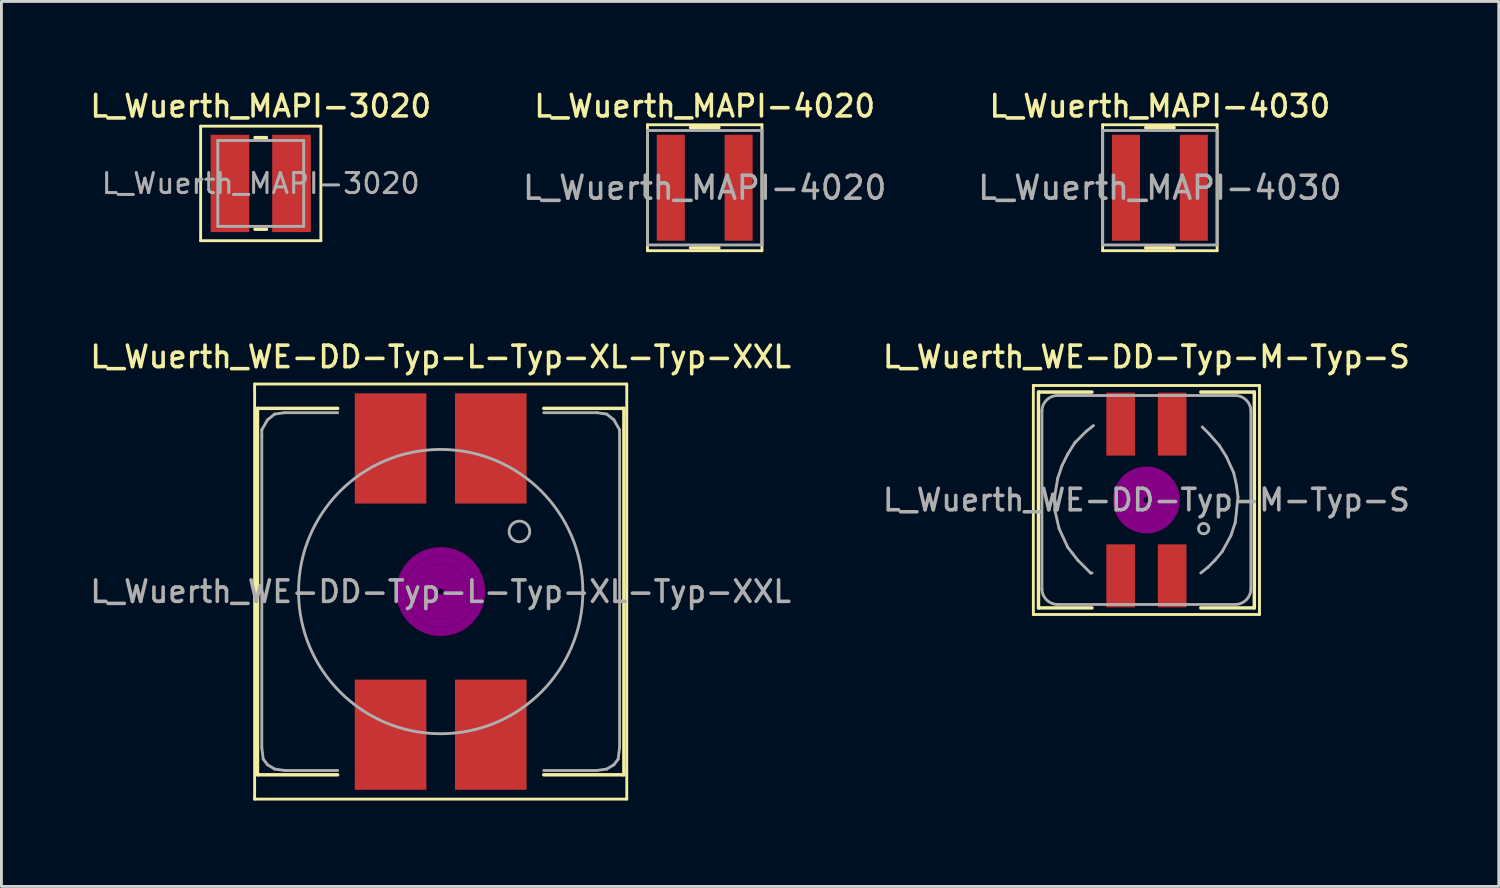
<source format=kicad_pcb>
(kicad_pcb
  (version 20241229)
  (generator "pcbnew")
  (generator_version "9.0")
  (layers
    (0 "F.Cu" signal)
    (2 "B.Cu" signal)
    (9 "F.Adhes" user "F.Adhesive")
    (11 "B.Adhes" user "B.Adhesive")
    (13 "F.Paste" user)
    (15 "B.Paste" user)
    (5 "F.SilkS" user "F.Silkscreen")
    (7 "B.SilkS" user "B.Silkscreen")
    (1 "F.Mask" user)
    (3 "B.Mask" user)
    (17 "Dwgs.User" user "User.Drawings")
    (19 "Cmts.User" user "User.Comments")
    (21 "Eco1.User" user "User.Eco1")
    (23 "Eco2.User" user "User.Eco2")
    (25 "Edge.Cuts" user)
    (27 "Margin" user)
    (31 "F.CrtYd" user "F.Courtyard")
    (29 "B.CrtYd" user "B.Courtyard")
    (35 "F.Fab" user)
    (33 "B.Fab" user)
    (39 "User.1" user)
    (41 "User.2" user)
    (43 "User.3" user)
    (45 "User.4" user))
  (footprint "L_Wuerth_WE-DD-Typ-L-Typ-XL-Typ-XXL"
    (layer "F.Cu")
    (at 12.345 17.616)
    (property "Reference" "L_Wuerth_WE-DD-Typ-L-Typ-XL-Typ-XXL" (at 0 -8.2 0) (layer "F.SilkS") (effects (font (size 0.75 0.75) (thickness 0.125))))
    (attr smd)
    (fp_line (start -6.5 -7.25) (end 6.5 -7.25) (stroke (width 0.1) (type solid)) (layer "F.SilkS"))
    (fp_line (start -6.5 7.25) (end -6.5 -7.25) (stroke (width 0.1) (type solid)) (layer "F.SilkS"))
    (fp_line (start -6.4 -6.4) (end -3.6 -6.4) (stroke (width 0.12) (type solid)) (layer "F.SilkS"))
    (fp_line (start -6.4 6.4) (end -6.4 -6.4) (stroke (width 0.12) (type solid)) (layer "F.SilkS"))
    (fp_line (start -3.6 6.4) (end -6.4 6.4) (stroke (width 0.12) (type solid)) (layer "F.SilkS"))
    (fp_line (start 3.6 -6.4) (end 6.4 -6.4) (stroke (width 0.12) (type solid)) (layer "F.SilkS"))
    (fp_line (start 6.4 -6.4) (end 6.4 6.4) (stroke (width 0.12) (type solid)) (layer "F.SilkS"))
    (fp_line (start 6.4 6.4) (end 3.6 6.4) (stroke (width 0.12) (type solid)) (layer "F.SilkS"))
    (fp_line (start 6.5 -7.25) (end 6.5 7.25) (stroke (width 0.1) (type solid)) (layer "F.SilkS"))
    (fp_line (start 6.5 7.25) (end -6.5 7.25) (stroke (width 0.1) (type solid)) (layer "F.SilkS"))
    (fp_circle (center 0 0) (end 0.1 0) (stroke (width 0.3) (type solid)) (fill no) (layer "F.Adhes"))
    (fp_circle (center 0 0) (end 0.3 0.1) (stroke (width 0.3) (type solid)) (fill no) (layer "F.Adhes"))
    (fp_circle (center 0 0) (end 0.6 0) (stroke (width 0.3) (type solid)) (fill no) (layer "F.Adhes"))
    (fp_circle (center 0 0) (end 0.8 -0.1) (stroke (width 0.3) (type solid)) (fill no) (layer "F.Adhes"))
    (fp_circle (center 0 0) (end 1.1 -0.1) (stroke (width 0.3) (type solid)) (fill no) (layer "F.Adhes"))
    (fp_circle (center 0 0) (end 1.4 -0.1) (stroke (width 0.3) (type solid)) (fill no) (layer "F.Adhes"))
    (fp_line (start -6.25 -5.65) (end -6.25 -5.45) (stroke (width 0.1) (type solid)) (layer "F.Fab"))
    (fp_line (start -6.25 -5.45) (end -6.25 5.45) (stroke (width 0.1) (type solid)) (layer "F.Fab"))
    (fp_line (start -6.2 5.85) (end -6.25 5.45) (stroke (width 0.1) (type solid)) (layer "F.Fab"))
    (fp_line (start -6.05 -6) (end -6.25 -5.65) (stroke (width 0.1) (type solid)) (layer "F.Fab"))
    (fp_line (start -6.05 6.05) (end -6.2 5.85) (stroke (width 0.1) (type solid)) (layer "F.Fab"))
    (fp_line (start -5.8 -6.2) (end -6.05 -6) (stroke (width 0.1) (type solid)) (layer "F.Fab"))
    (fp_line (start -5.8 6.2) (end -6.05 6.05) (stroke (width 0.1) (type solid)) (layer "F.Fab"))
    (fp_line (start -5.45 -6.25) (end -5.8 -6.2) (stroke (width 0.1) (type solid)) (layer "F.Fab"))
    (fp_line (start -5.45 6.25) (end -5.8 6.2) (stroke (width 0.1) (type solid)) (layer "F.Fab"))
    (fp_line (start -3.6 -6.25) (end -5.45 -6.25) (stroke (width 0.1) (type solid)) (layer "F.Fab"))
    (fp_line (start -3.6 6.25) (end -5.45 6.25) (stroke (width 0.1) (type solid)) (layer "F.Fab"))
    (fp_line (start 3.6 -6.25) (end 5.45 -6.25) (stroke (width 0.1) (type solid)) (layer "F.Fab"))
    (fp_line (start 3.6 6.25) (end 5.45 6.25) (stroke (width 0.1) (type solid)) (layer "F.Fab"))
    (fp_line (start 5.45 -6.25) (end 5.8 -6.2) (stroke (width 0.1) (type solid)) (layer "F.Fab"))
    (fp_line (start 5.45 6.25) (end 5.8 6.2) (stroke (width 0.1) (type solid)) (layer "F.Fab"))
    (fp_line (start 5.8 -6.2) (end 6.05 -6) (stroke (width 0.1) (type solid)) (layer "F.Fab"))
    (fp_line (start 5.8 6.2) (end 6.05 6.05) (stroke (width 0.1) (type solid)) (layer "F.Fab"))
    (fp_line (start 6.05 -6) (end 6.25 -5.65) (stroke (width 0.1) (type solid)) (layer "F.Fab"))
    (fp_line (start 6.05 6.05) (end 6.2 5.85) (stroke (width 0.1) (type solid)) (layer "F.Fab"))
    (fp_line (start 6.2 5.85) (end 6.25 5.45) (stroke (width 0.1) (type solid)) (layer "F.Fab"))
    (fp_line (start 6.25 -5.65) (end 6.25 -5.45) (stroke (width 0.1) (type solid)) (layer "F.Fab"))
    (fp_line (start 6.25 -5.45) (end 6.25 5.45) (stroke (width 0.1) (type solid)) (layer "F.Fab"))
    (fp_circle (center 0 0) (end 2.1 4.5) (stroke (width 0.1) (type solid)) (fill no) (layer "F.Fab"))
    (fp_circle (center 2.75 -2.1) (end 3.05 -1.9) (stroke (width 0.1) (type solid)) (fill no) (layer "F.Fab"))
    (fp_text user "${REFERENCE}" (at 0 0 0) (layer "F.Fab") (effects (font (size 0.75 0.75) (thickness 0.125))))
    (pad "1" smd rect (at -1.75 -5) (size 2.5 3.85) (layers "F.Cu" "F.Mask" "F.Paste"))
    (pad "2" smd rect (at 1.75 -5) (size 2.5 3.85) (layers "F.Cu" "F.Mask" "F.Paste"))
    (pad "3" smd rect (at 1.75 5) (size 2.5 3.85) (layers "F.Cu" "F.Mask" "F.Paste"))
    (pad "4" smd rect (at -1.75 5) (size 2.5 3.85) (layers "F.Cu" "F.Mask" "F.Paste")))
  (footprint "L_Wuerth_MAPI-4030"
    (layer "F.Cu")
    (at 37.469 3.508)
    (property "Reference" "L_Wuerth_MAPI-4030" (at 0 -2.85 0) (layer "F.SilkS") (effects (font (size 0.75 0.75) (thickness 0.125))))
    (attr smd)
    (fp_line (start -2 -2.2) (end -2 2.2) (stroke (width 0.1) (type solid)) (layer "F.SilkS"))
    (fp_line (start -2 2.2) (end 2 2.2) (stroke (width 0.1) (type solid)) (layer "F.SilkS"))
    (fp_line (start -0.495 -2.1) (end 0.495 -2.1) (stroke (width 0.12) (type solid)) (layer "F.SilkS"))
    (fp_line (start -0.495 2.1) (end 0.495 2.1) (stroke (width 0.12) (type solid)) (layer "F.SilkS"))
    (fp_line (start 2 -2.2) (end -2 -2.2) (stroke (width 0.1) (type solid)) (layer "F.SilkS"))
    (fp_line (start 2 2.2) (end 2 -2.2) (stroke (width 0.1) (type solid)) (layer "F.SilkS"))
    (fp_line (start -2 -2) (end -2 2) (stroke (width 0.1) (type solid)) (layer "F.Fab"))
    (fp_line (start -2 2) (end 2 2) (stroke (width 0.1) (type solid)) (layer "F.Fab"))
    (fp_line (start 2 -2) (end -2 -2) (stroke (width 0.1) (type solid)) (layer "F.Fab"))
    (fp_line (start 2 2) (end 2 -2) (stroke (width 0.1) (type solid)) (layer "F.Fab"))
    (fp_text user "${REFERENCE}" (at 0 0 0) (layer "F.Fab") (effects (font (size 0.8 0.8) (thickness 0.125))))
    (pad "1" smd rect (at -1.185 0) (size 0.98 3.7) (layers "F.Cu" "F.Mask" "F.Paste"))
    (pad "2" smd rect (at 1.185 0) (size 0.98 3.7) (layers "F.Cu" "F.Mask" "F.Paste")))
  (footprint "L_Wuerth_MAPI-3020"
    (layer "F.Cu")
    (at 6.059 3.358)
    (property "Reference" "L_Wuerth_MAPI-3020" (at 0 -2.7 0) (layer "F.SilkS") (effects (font (size 0.75 0.75) (thickness 0.125))))
    (attr smd)
    (fp_line (start -2.1 -2) (end -2.1 2) (stroke (width 0.1) (type solid)) (layer "F.SilkS"))
    (fp_line (start -2.1 2) (end 2.1 2) (stroke (width 0.1) (type solid)) (layer "F.SilkS"))
    (fp_line (start -0.2 -1.6) (end 0.2 -1.6) (stroke (width 0.12) (type solid)) (layer "F.SilkS"))
    (fp_line (start -0.2 1.6) (end 0.2 1.6) (stroke (width 0.12) (type solid)) (layer "F.SilkS"))
    (fp_line (start 2.1 -2) (end -2.1 -2) (stroke (width 0.1) (type solid)) (layer "F.SilkS"))
    (fp_line (start 2.1 2) (end 2.1 -2) (stroke (width 0.1) (type solid)) (layer "F.SilkS"))
    (fp_line (start -1.5 -1.5) (end -1.5 1.5) (stroke (width 0.1) (type solid)) (layer "F.Fab"))
    (fp_line (start -1.5 1.5) (end 1.5 1.5) (stroke (width 0.1) (type solid)) (layer "F.Fab"))
    (fp_line (start 1.5 -1.5) (end -1.5 -1.5) (stroke (width 0.1) (type solid)) (layer "F.Fab"))
    (fp_line (start 1.5 1.5) (end 1.5 -1.5) (stroke (width 0.1) (type solid)) (layer "F.Fab"))
    (fp_text user "${REFERENCE}" (at 0 0 0) (layer "F.Fab") (effects (font (size 0.7 0.7) (thickness 0.105))))
    (pad "1" smd rect (at -1.075 0) (size 1.35 3.4) (layers "F.Cu" "F.Mask" "F.Paste"))
    (pad "2" smd rect (at 1.075 0) (size 1.35 3.4) (layers "F.Cu" "F.Mask" "F.Paste")))
  (footprint "L_Wuerth_MAPI-4020"
    (layer "F.Cu")
    (at 21.568 3.508)
    (property "Reference" "L_Wuerth_MAPI-4020" (at 0 -2.85 0) (layer "F.SilkS") (effects (font (size 0.75 0.75) (thickness 0.125))))
    (attr smd)
    (fp_line (start -2 -2.2) (end -2 2.2) (stroke (width 0.1) (type solid)) (layer "F.SilkS"))
    (fp_line (start -2 2.2) (end 2 2.2) (stroke (width 0.1) (type solid)) (layer "F.SilkS"))
    (fp_line (start -0.495 -2.1) (end 0.495 -2.1) (stroke (width 0.12) (type solid)) (layer "F.SilkS"))
    (fp_line (start -0.495 2.1) (end 0.495 2.1) (stroke (width 0.12) (type solid)) (layer "F.SilkS"))
    (fp_line (start 2 -2.2) (end -2 -2.2) (stroke (width 0.1) (type solid)) (layer "F.SilkS"))
    (fp_line (start 2 2.2) (end 2 -2.2) (stroke (width 0.1) (type solid)) (layer "F.SilkS"))
    (fp_line (start -2 -2) (end -2 2) (stroke (width 0.1) (type solid)) (layer "F.Fab"))
    (fp_line (start -2 2) (end 2 2) (stroke (width 0.1) (type solid)) (layer "F.Fab"))
    (fp_line (start 2 -2) (end -2 -2) (stroke (width 0.1) (type solid)) (layer "F.Fab"))
    (fp_line (start 2 2) (end 2 -2) (stroke (width 0.1) (type solid)) (layer "F.Fab"))
    (fp_text user "${REFERENCE}" (at 0 0 0) (layer "F.Fab") (effects (font (size 0.8 0.8) (thickness 0.125))))
    (pad "1" smd rect (at -1.185 0) (size 0.98 3.7) (layers "F.Cu" "F.Mask" "F.Paste"))
    (pad "2" smd rect (at 1.185 0) (size 0.98 3.7) (layers "F.Cu" "F.Mask" "F.Paste")))
  (footprint "L_Wuerth_WE-DD-Typ-M-Typ-S"
    (layer "F.Cu")
    (at 36.998 14.416)
    (property "Reference" "L_Wuerth_WE-DD-Typ-M-Typ-S" (at 0 -5 0) (layer "F.SilkS") (effects (font (size 0.75 0.75) (thickness 0.125))))
    (attr smd)
    (fp_line (start -3.95 -4) (end 3.95 -4) (stroke (width 0.1) (type solid)) (layer "F.SilkS"))
    (fp_line (start -3.95 4) (end -3.95 -4) (stroke (width 0.1) (type solid)) (layer "F.SilkS"))
    (fp_line (start -3.77 -3.77) (end -1.9 -3.77) (stroke (width 0.12) (type solid)) (layer "F.SilkS"))
    (fp_line (start -3.77 3.77) (end -3.77 -3.77) (stroke (width 0.12) (type solid)) (layer "F.SilkS"))
    (fp_line (start -1.9 3.77) (end -3.77 3.77) (stroke (width 0.12) (type solid)) (layer "F.SilkS"))
    (fp_line (start 1.9 -3.77) (end 3.77 -3.77) (stroke (width 0.12) (type solid)) (layer "F.SilkS"))
    (fp_line (start 3.77 -3.77) (end 3.77 3.77) (stroke (width 0.12) (type solid)) (layer "F.SilkS"))
    (fp_line (start 3.77 3.77) (end 1.9 3.77) (stroke (width 0.12) (type solid)) (layer "F.SilkS"))
    (fp_line (start 3.95 -4) (end 3.95 4) (stroke (width 0.1) (type solid)) (layer "F.SilkS"))
    (fp_line (start 3.95 4) (end -3.95 4) (stroke (width 0.1) (type solid)) (layer "F.SilkS"))
    (fp_circle (center 0 0) (end 0.1 0) (stroke (width 0.3) (type solid)) (fill no) (layer "F.Adhes"))
    (fp_circle (center 0 0) (end 0.3 -0.1) (stroke (width 0.3) (type solid)) (fill no) (layer "F.Adhes"))
    (fp_circle (center 0 0) (end 0.6 0) (stroke (width 0.3) (type solid)) (fill no) (layer "F.Adhes"))
    (fp_circle (center 0 0) (end 0.8 -0.1) (stroke (width 0.3) (type solid)) (fill no) (layer "F.Adhes"))
    (fp_circle (center 0 0) (end 1 -0.2) (stroke (width 0.3) (type solid)) (fill no) (layer "F.Adhes"))
    (fp_circle (center 0.8 0) (end 0.8 0) (stroke (width 0.3) (type solid)) (fill no) (layer "F.Adhes"))
    (fp_line (start -3.65 -3.1) (end -3.65 3.1) (stroke (width 0.1) (type solid)) (layer "F.Fab"))
    (fp_line (start -3.2 -0.15) (end -3.2 0.35) (stroke (width 0.1) (type solid)) (layer "F.Fab"))
    (fp_line (start -3.2 0.35) (end -3.05 1) (stroke (width 0.1) (type solid)) (layer "F.Fab"))
    (fp_line (start -3.1 -0.75) (end -3.2 -0.15) (stroke (width 0.1) (type solid)) (layer "F.Fab"))
    (fp_line (start -3.1 3.65) (end 3.1 3.65) (stroke (width 0.1) (type solid)) (layer "F.Fab"))
    (fp_line (start -3.05 1) (end -2.75 1.65) (stroke (width 0.1) (type solid)) (layer "F.Fab"))
    (fp_line (start -2.95 -1.2) (end -3.1 -0.75) (stroke (width 0.1) (type solid)) (layer "F.Fab"))
    (fp_line (start -2.75 -1.6) (end -2.95 -1.2) (stroke (width 0.1) (type solid)) (layer "F.Fab"))
    (fp_line (start -2.75 1.65) (end -2.4 2.1) (stroke (width 0.1) (type solid)) (layer "F.Fab"))
    (fp_line (start -2.5 -2) (end -2.75 -1.6) (stroke (width 0.1) (type solid)) (layer "F.Fab"))
    (fp_line (start -2.4 2.1) (end -1.95 2.55) (stroke (width 0.1) (type solid)) (layer "F.Fab"))
    (fp_line (start -2.1 -2.4) (end -2.5 -2) (stroke (width 0.1) (type solid)) (layer "F.Fab"))
    (fp_line (start -1.95 2.55) (end -1.9 2.55) (stroke (width 0.1) (type solid)) (layer "F.Fab"))
    (fp_line (start -1.85 -2.6) (end -2.1 -2.4) (stroke (width 0.1) (type solid)) (layer "F.Fab"))
    (fp_line (start 1.95 -2.55) (end 2.2 -2.3) (stroke (width 0.1) (type solid)) (layer "F.Fab"))
    (fp_line (start 2.15 2.35) (end 1.9 2.55) (stroke (width 0.1) (type solid)) (layer "F.Fab"))
    (fp_line (start 2.2 -2.3) (end 2.55 -1.9) (stroke (width 0.1) (type solid)) (layer "F.Fab"))
    (fp_line (start 2.4 2.1) (end 2.15 2.35) (stroke (width 0.1) (type solid)) (layer "F.Fab"))
    (fp_line (start 2.55 -1.9) (end 2.8 -1.5) (stroke (width 0.1) (type solid)) (layer "F.Fab"))
    (fp_line (start 2.65 1.8) (end 2.4 2.1) (stroke (width 0.1) (type solid)) (layer "F.Fab"))
    (fp_line (start 2.8 -1.5) (end 3.05 -0.95) (stroke (width 0.1) (type solid)) (layer "F.Fab"))
    (fp_line (start 2.95 1.25) (end 2.65 1.8) (stroke (width 0.1) (type solid)) (layer "F.Fab"))
    (fp_line (start 3.05 -0.95) (end 3.15 -0.5) (stroke (width 0.1) (type solid)) (layer "F.Fab"))
    (fp_line (start 3.1 -3.65) (end -3.1 -3.65) (stroke (width 0.1) (type solid)) (layer "F.Fab"))
    (fp_line (start 3.1 0.8) (end 2.95 1.25) (stroke (width 0.1) (type solid)) (layer "F.Fab"))
    (fp_line (start 3.15 -0.5) (end 3.2 -0.1) (stroke (width 0.1) (type solid)) (layer "F.Fab"))
    (fp_line (start 3.15 0.4) (end 3.1 0.8) (stroke (width 0.1) (type solid)) (layer "F.Fab"))
    (fp_line (start 3.2 -0.1) (end 3.15 0.35) (stroke (width 0.1) (type solid)) (layer "F.Fab"))
    (fp_line (start 3.65 -3.1) (end 3.65 3.1) (stroke (width 0.1) (type solid)) (layer "F.Fab"))
    (fp_arc (start -3.65 -3.1) (mid -3.488909 -3.488909) (end -3.1 -3.65) (stroke (width 0.1) (type solid)) (layer "F.Fab"))
    (fp_arc (start -3.1 3.65) (mid -3.488909 3.488909) (end -3.65 3.1) (stroke (width 0.1) (type solid)) (layer "F.Fab"))
    (fp_arc (start 3.1 -3.65) (mid 3.488909 -3.488909) (end 3.65 -3.1) (stroke (width 0.1) (type solid)) (layer "F.Fab"))
    (fp_arc (start 3.65 3.1) (mid 3.488909 3.488909) (end 3.1 3.65) (stroke (width 0.1) (type solid)) (layer "F.Fab"))
    (fp_circle (center 2 1) (end 2.15 0.9) (stroke (width 0.1) (type solid)) (fill no) (layer "F.Fab"))
    (fp_text user "${REFERENCE}" (at 0 0 0) (layer "F.Fab") (effects (font (size 0.75 0.75) (thickness 0.125))))
    (pad "1" smd rect (at -0.9 2.65) (size 1 2.2) (layers "F.Cu" "F.Mask" "F.Paste"))
    (pad "2" smd rect (at -0.9 -2.65) (size 1 2.2) (layers "F.Cu" "F.Mask" "F.Paste"))
    (pad "3" smd rect (at 0.9 -2.65) (size 1 2.2) (layers "F.Cu" "F.Mask" "F.Paste"))
    (pad "4" smd rect (at 0.9 2.65) (size 1 2.2) (layers "F.Cu" "F.Mask" "F.Paste")))
  (gr_rect
    (start -3 -3)
    (end 49.307 27.916)
    (stroke (width 0.1) (type default))
    (fill no)
    (layer "Edge.Cuts")))
</source>
